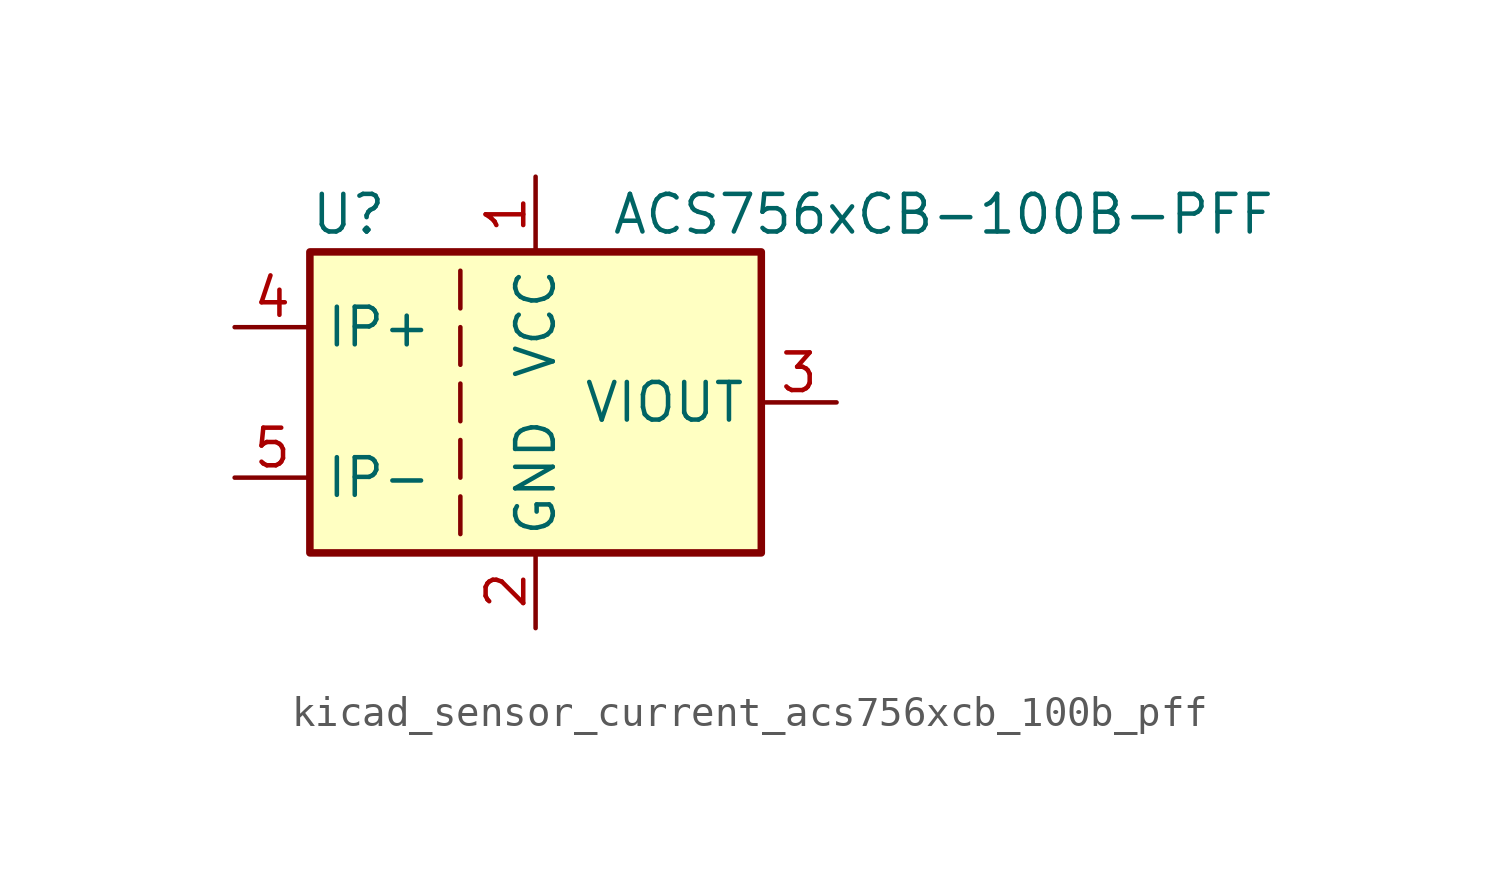
<source format=kicad_sym>
(kicad_symbol_lib
  (version 20220914)
  (generator kicad_symbol_editor)
  (symbol "kicad_sensor_current_acs756xcb_100b_pff"
    (property "Reference" "U"
      (at -7.62 6.35 0)
      (effects (font (size 1.27 1.27)) (justify left)))
    (property "Value" "ACS756xCB-100B-PFF"
      (at 2.54 6.35 0)
      (effects (font (size 1.27 1.27)) (justify left)))
    (symbol "kicad_sensor_current_acs756xcb_100b_pff_0_1"
      (rectangle (start -7.62 5.08) (end 7.62 -5.08) (stroke (width 0.254) (type default)) (fill (type background)))
      (polyline (pts (xy -2.54 -3.175) (xy -2.54 -4.445)) (stroke (width 0) (type default)) (fill (type none)))
      (polyline (pts (xy -2.54 -1.27) (xy -2.54 -2.54)) (stroke (width 0) (type default)) (fill (type none)))
      (polyline (pts (xy -2.54 0.635) (xy -2.54 -0.635)) (stroke (width 0) (type default)) (fill (type none)))
      (polyline (pts (xy -2.54 1.27) (xy -2.54 2.54)) (stroke (width 0) (type default)) (fill (type none)))
      (polyline (pts (xy -2.54 3.175) (xy -2.54 4.445)) (stroke (width 0) (type default)) (fill (type none))))
    (symbol "kicad_sensor_current_acs756xcb_100b_pff_1_1"
      (pin power_in line (at 0 7.62 270) (length 2.54) (name "VCC" (effects (font (size 1.27 1.27)))) (number "1" (effects (font (size 1.27 1.27)))))
      (pin power_in line (at 0 -7.62 90) (length 2.54) (name "GND" (effects (font (size 1.27 1.27)))) (number "2" (effects (font (size 1.27 1.27)))))
      (pin output line (at 10.16 0 180) (length 2.54) (name "VIOUT" (effects (font (size 1.27 1.27)))) (number "3" (effects (font (size 1.27 1.27)))))
      (pin passive line (at -10.16 2.54 0) (length 2.54) (name "IP+" (effects (font (size 1.27 1.27)))) (number "4" (effects (font (size 1.27 1.27)))))
      (pin passive line (at -10.16 -2.54 0) (length 2.54) (name "IP-" (effects (font (size 1.27 1.27)))) (number "5" (effects (font (size 1.27 1.27))))))))
</source>
